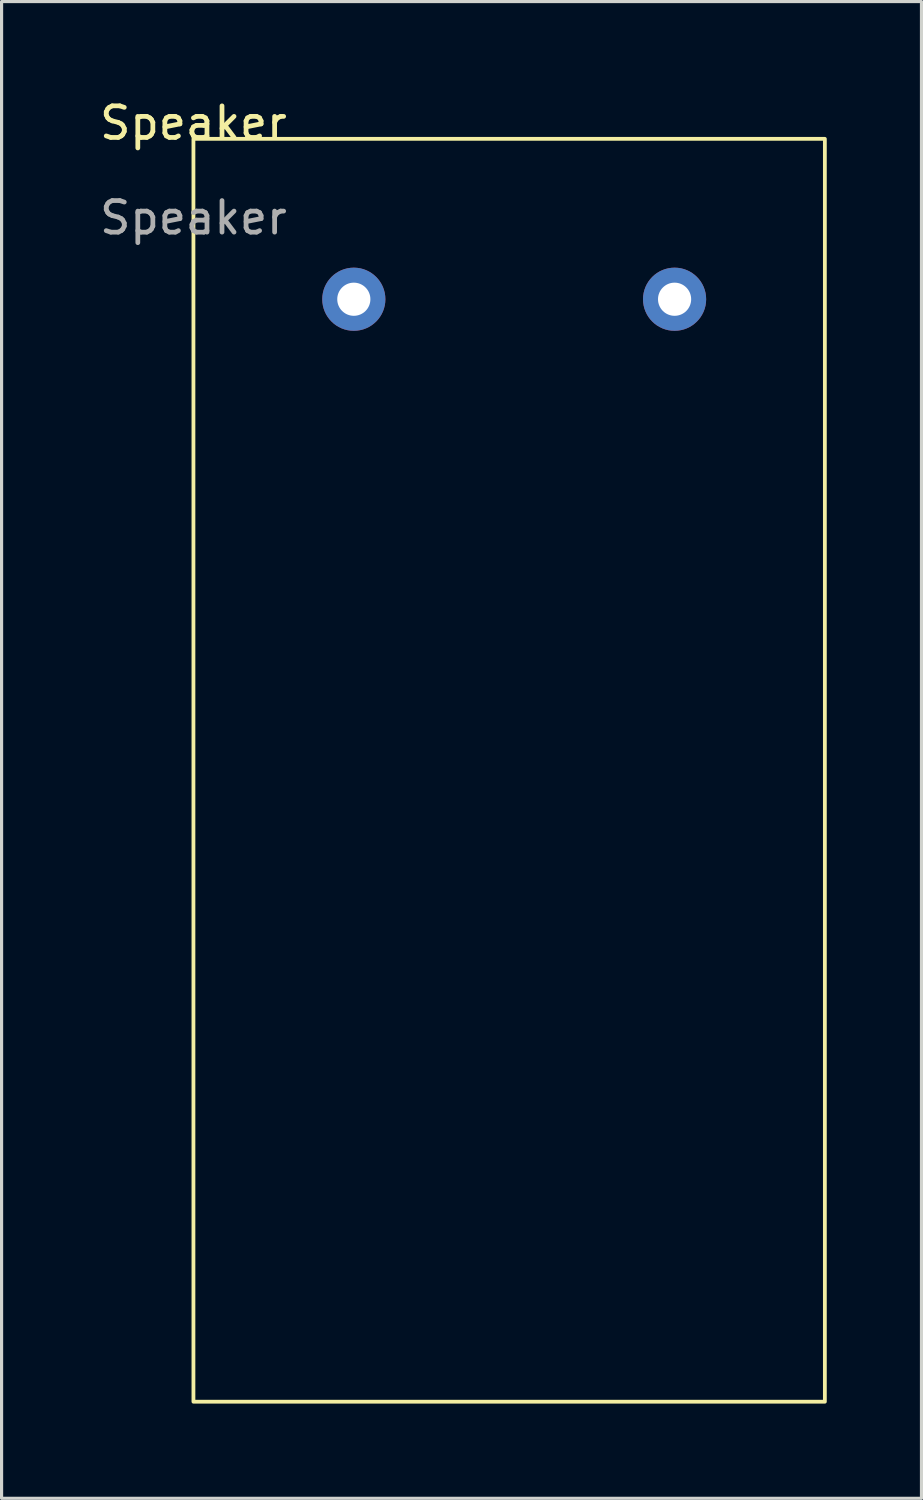
<source format=kicad_pcb>
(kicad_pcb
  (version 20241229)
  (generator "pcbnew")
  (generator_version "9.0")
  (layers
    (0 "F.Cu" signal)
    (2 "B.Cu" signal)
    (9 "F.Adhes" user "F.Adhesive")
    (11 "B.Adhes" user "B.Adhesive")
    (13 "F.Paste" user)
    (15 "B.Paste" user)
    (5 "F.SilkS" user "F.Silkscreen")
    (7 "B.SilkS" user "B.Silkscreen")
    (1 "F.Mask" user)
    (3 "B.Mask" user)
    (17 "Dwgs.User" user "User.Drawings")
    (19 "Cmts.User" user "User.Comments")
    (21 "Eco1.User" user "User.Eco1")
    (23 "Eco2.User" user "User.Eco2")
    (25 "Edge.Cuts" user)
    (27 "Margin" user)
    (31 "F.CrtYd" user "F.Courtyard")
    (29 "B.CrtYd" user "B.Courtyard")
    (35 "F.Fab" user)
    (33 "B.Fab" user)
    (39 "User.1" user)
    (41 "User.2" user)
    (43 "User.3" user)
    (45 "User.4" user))
  (footprint "Speaker"
    (layer "F.Cu")
    (at 3.077 1.348)
    (property "Reference" "Speaker" (at 0 -0.5 0) (unlocked yes) (layer "F.SilkS") (effects (font (size 1 1) (thickness 0.15))))
    (attr through_hole)
    (fp_rect (start 0 0) (end 20 40) (stroke (width 0.12) (type solid)) (fill no) (layer "F.SilkS"))
    (fp_text user "${REFERENCE}" (at 0 2.5 0) (unlocked yes) (layer "F.Fab") (effects (font (size 1 1) (thickness 0.15))))
    (pad "+" thru_hole circle (at 15.24 5.08) (size 2 2) (drill 1.05) (layers "*.Cu" "*.Mask"))
    (pad "-" thru_hole circle (at 5.08 5.08) (size 2 2) (drill 1.05) (layers "*.Cu" "*.Mask")))
  (gr_rect
    (start -3 -3)
    (end 26.137 44.408)
    (stroke (width 0.1) (type default))
    (fill no)
    (layer "Edge.Cuts")))
</source>
